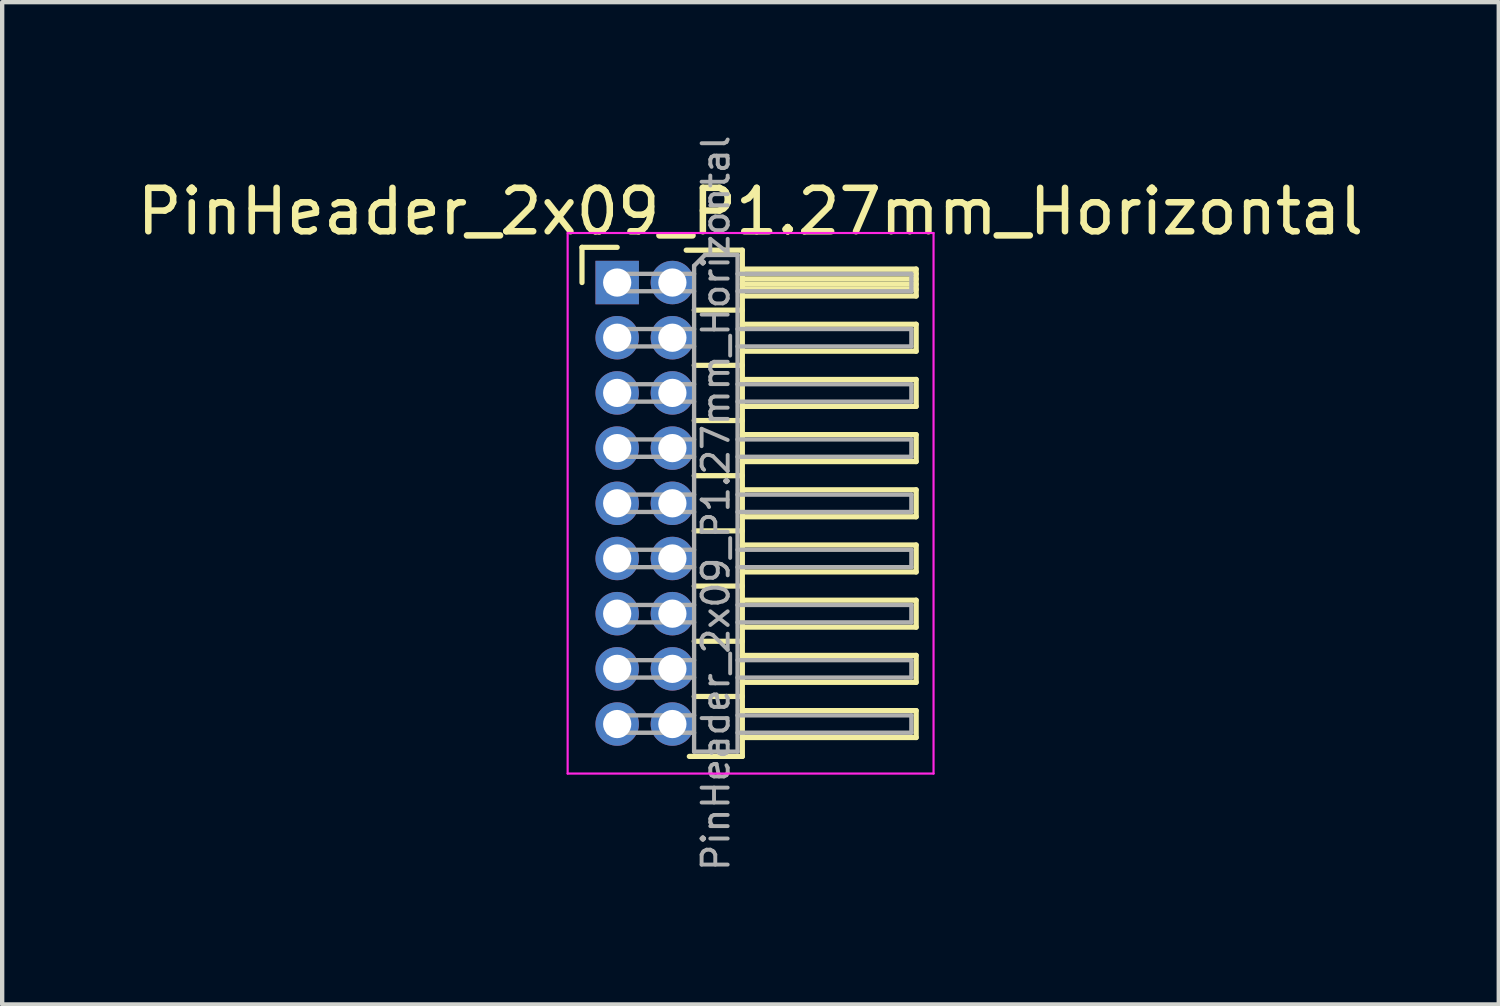
<source format=kicad_pcb>
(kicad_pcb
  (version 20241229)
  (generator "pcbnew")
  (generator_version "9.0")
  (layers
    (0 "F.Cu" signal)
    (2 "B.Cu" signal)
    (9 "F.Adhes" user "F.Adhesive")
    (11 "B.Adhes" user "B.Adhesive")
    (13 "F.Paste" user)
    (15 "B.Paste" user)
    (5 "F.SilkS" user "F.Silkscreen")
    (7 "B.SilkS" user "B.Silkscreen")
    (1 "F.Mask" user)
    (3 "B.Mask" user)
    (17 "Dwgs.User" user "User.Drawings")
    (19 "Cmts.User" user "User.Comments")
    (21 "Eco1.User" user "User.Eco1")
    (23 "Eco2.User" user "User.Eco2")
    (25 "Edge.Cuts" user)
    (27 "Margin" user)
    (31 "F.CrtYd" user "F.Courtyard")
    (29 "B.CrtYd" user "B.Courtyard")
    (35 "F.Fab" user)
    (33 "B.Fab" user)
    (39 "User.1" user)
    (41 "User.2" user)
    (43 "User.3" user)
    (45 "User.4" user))
  (footprint "PinHeader_2x09_P1.27mm_Horizontal"
    (layer "F.Cu")
    (at 11.153 3.452)
    (property "Reference" "PinHeader_2x09_P1.27mm_Horizontal" (at 3.067 -1.635 0) (layer "F.SilkS") (effects (font (size 1 1) (thickness 0.15))))
    (attr through_hole)
    (fp_line (start -0.81 -0.81) (end 0 -0.81) (stroke (width 0.12) (type solid)) (layer "F.SilkS"))
    (fp_line (start -0.81 0) (end -0.81 -0.81) (stroke (width 0.12) (type solid)) (layer "F.SilkS"))
    (fp_line (start 1.588 -0.745) (end 2.88 -0.745) (stroke (width 0.12) (type solid)) (layer "F.SilkS"))
    (fp_line (start 1.773 0.635) (end 2.88 0.635) (stroke (width 0.12) (type solid)) (layer "F.SilkS"))
    (fp_line (start 1.773 1.905) (end 2.88 1.905) (stroke (width 0.12) (type solid)) (layer "F.SilkS"))
    (fp_line (start 1.773 3.175) (end 2.88 3.175) (stroke (width 0.12) (type solid)) (layer "F.SilkS"))
    (fp_line (start 1.773 4.445) (end 2.88 4.445) (stroke (width 0.12) (type solid)) (layer "F.SilkS"))
    (fp_line (start 1.773 5.715) (end 2.88 5.715) (stroke (width 0.12) (type solid)) (layer "F.SilkS"))
    (fp_line (start 1.773 6.985) (end 2.88 6.985) (stroke (width 0.12) (type solid)) (layer "F.SilkS"))
    (fp_line (start 1.773 8.255) (end 2.88 8.255) (stroke (width 0.12) (type solid)) (layer "F.SilkS"))
    (fp_line (start 1.773 9.525) (end 2.88 9.525) (stroke (width 0.12) (type solid)) (layer "F.SilkS"))
    (fp_line (start 2.88 -0.745) (end 2.88 10.905) (stroke (width 0.12) (type solid)) (layer "F.SilkS"))
    (fp_line (start 2.88 -0.31) (end 6.88 -0.31) (stroke (width 0.12) (type solid)) (layer "F.SilkS"))
    (fp_line (start 2.88 -0.2) (end 6.88 -0.2) (stroke (width 0.12) (type solid)) (layer "F.SilkS"))
    (fp_line (start 2.88 -0.08) (end 6.88 -0.08) (stroke (width 0.12) (type solid)) (layer "F.SilkS"))
    (fp_line (start 2.88 0.04) (end 6.88 0.04) (stroke (width 0.12) (type solid)) (layer "F.SilkS"))
    (fp_line (start 2.88 0.16) (end 6.88 0.16) (stroke (width 0.12) (type solid)) (layer "F.SilkS"))
    (fp_line (start 2.88 0.96) (end 6.88 0.96) (stroke (width 0.12) (type solid)) (layer "F.SilkS"))
    (fp_line (start 2.88 2.23) (end 6.88 2.23) (stroke (width 0.12) (type solid)) (layer "F.SilkS"))
    (fp_line (start 2.88 3.5) (end 6.88 3.5) (stroke (width 0.12) (type solid)) (layer "F.SilkS"))
    (fp_line (start 2.88 4.77) (end 6.88 4.77) (stroke (width 0.12) (type solid)) (layer "F.SilkS"))
    (fp_line (start 2.88 6.04) (end 6.88 6.04) (stroke (width 0.12) (type solid)) (layer "F.SilkS"))
    (fp_line (start 2.88 7.31) (end 6.88 7.31) (stroke (width 0.12) (type solid)) (layer "F.SilkS"))
    (fp_line (start 2.88 8.58) (end 6.88 8.58) (stroke (width 0.12) (type solid)) (layer "F.SilkS"))
    (fp_line (start 2.88 9.85) (end 6.88 9.85) (stroke (width 0.12) (type solid)) (layer "F.SilkS"))
    (fp_line (start 2.88 10.905) (end 1.66 10.905) (stroke (width 0.12) (type solid)) (layer "F.SilkS"))
    (fp_line (start 6.88 -0.31) (end 6.88 0.31) (stroke (width 0.12) (type solid)) (layer "F.SilkS"))
    (fp_line (start 6.88 0.31) (end 2.88 0.31) (stroke (width 0.12) (type solid)) (layer "F.SilkS"))
    (fp_line (start 6.88 0.96) (end 6.88 1.58) (stroke (width 0.12) (type solid)) (layer "F.SilkS"))
    (fp_line (start 6.88 1.58) (end 2.88 1.58) (stroke (width 0.12) (type solid)) (layer "F.SilkS"))
    (fp_line (start 6.88 2.23) (end 6.88 2.85) (stroke (width 0.12) (type solid)) (layer "F.SilkS"))
    (fp_line (start 6.88 2.85) (end 2.88 2.85) (stroke (width 0.12) (type solid)) (layer "F.SilkS"))
    (fp_line (start 6.88 3.5) (end 6.88 4.12) (stroke (width 0.12) (type solid)) (layer "F.SilkS"))
    (fp_line (start 6.88 4.12) (end 2.88 4.12) (stroke (width 0.12) (type solid)) (layer "F.SilkS"))
    (fp_line (start 6.88 4.77) (end 6.88 5.39) (stroke (width 0.12) (type solid)) (layer "F.SilkS"))
    (fp_line (start 6.88 5.39) (end 2.88 5.39) (stroke (width 0.12) (type solid)) (layer "F.SilkS"))
    (fp_line (start 6.88 6.04) (end 6.88 6.66) (stroke (width 0.12) (type solid)) (layer "F.SilkS"))
    (fp_line (start 6.88 6.66) (end 2.88 6.66) (stroke (width 0.12) (type solid)) (layer "F.SilkS"))
    (fp_line (start 6.88 7.31) (end 6.88 7.93) (stroke (width 0.12) (type solid)) (layer "F.SilkS"))
    (fp_line (start 6.88 7.93) (end 2.88 7.93) (stroke (width 0.12) (type solid)) (layer "F.SilkS"))
    (fp_line (start 6.88 8.58) (end 6.88 9.2) (stroke (width 0.12) (type solid)) (layer "F.SilkS"))
    (fp_line (start 6.88 9.2) (end 2.88 9.2) (stroke (width 0.12) (type solid)) (layer "F.SilkS"))
    (fp_line (start 6.88 9.85) (end 6.88 10.47) (stroke (width 0.12) (type solid)) (layer "F.SilkS"))
    (fp_line (start 6.88 10.47) (end 2.88 10.47) (stroke (width 0.12) (type solid)) (layer "F.SilkS"))
    (fp_line (start -1.14 -1.14) (end -1.14 11.3) (stroke (width 0.05) (type solid)) (layer "F.CrtYd"))
    (fp_line (start -1.14 11.3) (end 7.28 11.3) (stroke (width 0.05) (type solid)) (layer "F.CrtYd"))
    (fp_line (start 7.28 -1.14) (end -1.14 -1.14) (stroke (width 0.05) (type solid)) (layer "F.CrtYd"))
    (fp_line (start 7.28 11.3) (end 7.28 -1.14) (stroke (width 0.05) (type solid)) (layer "F.CrtYd"))
    (fp_line (start -0.2 -0.2) (end -0.2 0.2) (stroke (width 0.1) (type solid)) (layer "F.Fab"))
    (fp_line (start -0.2 -0.2) (end 1.77 -0.2) (stroke (width 0.1) (type solid)) (layer "F.Fab"))
    (fp_line (start -0.2 0.2) (end 1.77 0.2) (stroke (width 0.1) (type solid)) (layer "F.Fab"))
    (fp_line (start -0.2 1.07) (end -0.2 1.47) (stroke (width 0.1) (type solid)) (layer "F.Fab"))
    (fp_line (start -0.2 1.07) (end 1.77 1.07) (stroke (width 0.1) (type solid)) (layer "F.Fab"))
    (fp_line (start -0.2 1.47) (end 1.77 1.47) (stroke (width 0.1) (type solid)) (layer "F.Fab"))
    (fp_line (start -0.2 2.34) (end -0.2 2.74) (stroke (width 0.1) (type solid)) (layer "F.Fab"))
    (fp_line (start -0.2 2.34) (end 1.77 2.34) (stroke (width 0.1) (type solid)) (layer "F.Fab"))
    (fp_line (start -0.2 2.74) (end 1.77 2.74) (stroke (width 0.1) (type solid)) (layer "F.Fab"))
    (fp_line (start -0.2 3.61) (end -0.2 4.01) (stroke (width 0.1) (type solid)) (layer "F.Fab"))
    (fp_line (start -0.2 3.61) (end 1.77 3.61) (stroke (width 0.1) (type solid)) (layer "F.Fab"))
    (fp_line (start -0.2 4.01) (end 1.77 4.01) (stroke (width 0.1) (type solid)) (layer "F.Fab"))
    (fp_line (start -0.2 4.88) (end -0.2 5.28) (stroke (width 0.1) (type solid)) (layer "F.Fab"))
    (fp_line (start -0.2 4.88) (end 1.77 4.88) (stroke (width 0.1) (type solid)) (layer "F.Fab"))
    (fp_line (start -0.2 5.28) (end 1.77 5.28) (stroke (width 0.1) (type solid)) (layer "F.Fab"))
    (fp_line (start -0.2 6.15) (end -0.2 6.55) (stroke (width 0.1) (type solid)) (layer "F.Fab"))
    (fp_line (start -0.2 6.15) (end 1.77 6.15) (stroke (width 0.1) (type solid)) (layer "F.Fab"))
    (fp_line (start -0.2 6.55) (end 1.77 6.55) (stroke (width 0.1) (type solid)) (layer "F.Fab"))
    (fp_line (start -0.2 7.42) (end -0.2 7.82) (stroke (width 0.1) (type solid)) (layer "F.Fab"))
    (fp_line (start -0.2 7.42) (end 1.77 7.42) (stroke (width 0.1) (type solid)) (layer "F.Fab"))
    (fp_line (start -0.2 7.82) (end 1.77 7.82) (stroke (width 0.1) (type solid)) (layer "F.Fab"))
    (fp_line (start -0.2 8.69) (end -0.2 9.09) (stroke (width 0.1) (type solid)) (layer "F.Fab"))
    (fp_line (start -0.2 8.69) (end 1.77 8.69) (stroke (width 0.1) (type solid)) (layer "F.Fab"))
    (fp_line (start -0.2 9.09) (end 1.77 9.09) (stroke (width 0.1) (type solid)) (layer "F.Fab"))
    (fp_line (start -0.2 9.96) (end -0.2 10.36) (stroke (width 0.1) (type solid)) (layer "F.Fab"))
    (fp_line (start -0.2 9.96) (end 1.77 9.96) (stroke (width 0.1) (type solid)) (layer "F.Fab"))
    (fp_line (start -0.2 10.36) (end 1.77 10.36) (stroke (width 0.1) (type solid)) (layer "F.Fab"))
    (fp_line (start 1.77 -0.385) (end 2.02 -0.635) (stroke (width 0.1) (type solid)) (layer "F.Fab"))
    (fp_line (start 1.77 10.795) (end 1.77 -0.385) (stroke (width 0.1) (type solid)) (layer "F.Fab"))
    (fp_line (start 2.02 -0.635) (end 2.77 -0.635) (stroke (width 0.1) (type solid)) (layer "F.Fab"))
    (fp_line (start 2.77 -0.635) (end 2.77 10.795) (stroke (width 0.1) (type solid)) (layer "F.Fab"))
    (fp_line (start 2.77 -0.2) (end 6.77 -0.2) (stroke (width 0.1) (type solid)) (layer "F.Fab"))
    (fp_line (start 2.77 0.2) (end 6.77 0.2) (stroke (width 0.1) (type solid)) (layer "F.Fab"))
    (fp_line (start 2.77 1.07) (end 6.77 1.07) (stroke (width 0.1) (type solid)) (layer "F.Fab"))
    (fp_line (start 2.77 1.47) (end 6.77 1.47) (stroke (width 0.1) (type solid)) (layer "F.Fab"))
    (fp_line (start 2.77 2.34) (end 6.77 2.34) (stroke (width 0.1) (type solid)) (layer "F.Fab"))
    (fp_line (start 2.77 2.74) (end 6.77 2.74) (stroke (width 0.1) (type solid)) (layer "F.Fab"))
    (fp_line (start 2.77 3.61) (end 6.77 3.61) (stroke (width 0.1) (type solid)) (layer "F.Fab"))
    (fp_line (start 2.77 4.01) (end 6.77 4.01) (stroke (width 0.1) (type solid)) (layer "F.Fab"))
    (fp_line (start 2.77 4.88) (end 6.77 4.88) (stroke (width 0.1) (type solid)) (layer "F.Fab"))
    (fp_line (start 2.77 5.28) (end 6.77 5.28) (stroke (width 0.1) (type solid)) (layer "F.Fab"))
    (fp_line (start 2.77 6.15) (end 6.77 6.15) (stroke (width 0.1) (type solid)) (layer "F.Fab"))
    (fp_line (start 2.77 6.55) (end 6.77 6.55) (stroke (width 0.1) (type solid)) (layer "F.Fab"))
    (fp_line (start 2.77 7.42) (end 6.77 7.42) (stroke (width 0.1) (type solid)) (layer "F.Fab"))
    (fp_line (start 2.77 7.82) (end 6.77 7.82) (stroke (width 0.1) (type solid)) (layer "F.Fab"))
    (fp_line (start 2.77 8.69) (end 6.77 8.69) (stroke (width 0.1) (type solid)) (layer "F.Fab"))
    (fp_line (start 2.77 9.09) (end 6.77 9.09) (stroke (width 0.1) (type solid)) (layer "F.Fab"))
    (fp_line (start 2.77 9.96) (end 6.77 9.96) (stroke (width 0.1) (type solid)) (layer "F.Fab"))
    (fp_line (start 2.77 10.36) (end 6.77 10.36) (stroke (width 0.1) (type solid)) (layer "F.Fab"))
    (fp_line (start 2.77 10.795) (end 1.77 10.795) (stroke (width 0.1) (type solid)) (layer "F.Fab"))
    (fp_line (start 6.77 -0.2) (end 6.77 0.2) (stroke (width 0.1) (type solid)) (layer "F.Fab"))
    (fp_line (start 6.77 1.07) (end 6.77 1.47) (stroke (width 0.1) (type solid)) (layer "F.Fab"))
    (fp_line (start 6.77 2.34) (end 6.77 2.74) (stroke (width 0.1) (type solid)) (layer "F.Fab"))
    (fp_line (start 6.77 3.61) (end 6.77 4.01) (stroke (width 0.1) (type solid)) (layer "F.Fab"))
    (fp_line (start 6.77 4.88) (end 6.77 5.28) (stroke (width 0.1) (type solid)) (layer "F.Fab"))
    (fp_line (start 6.77 6.15) (end 6.77 6.55) (stroke (width 0.1) (type solid)) (layer "F.Fab"))
    (fp_line (start 6.77 7.42) (end 6.77 7.82) (stroke (width 0.1) (type solid)) (layer "F.Fab"))
    (fp_line (start 6.77 8.69) (end 6.77 9.09) (stroke (width 0.1) (type solid)) (layer "F.Fab"))
    (fp_line (start 6.77 9.96) (end 6.77 10.36) (stroke (width 0.1) (type solid)) (layer "F.Fab"))
    (fp_text user "${REFERENCE}" (at 2.27 5.08 90) (layer "F.Fab") (effects (font (size 0.6 0.6) (thickness 0.09))))
    (pad "1" thru_hole rect (at 0 0) (size 1 1) (drill 0.65) (layers "*.Cu" "*.Mask"))
    (pad "2" thru_hole circle (at 1.27 0) (size 1 1) (drill 0.65) (layers "*.Cu" "*.Mask"))
    (pad "3" thru_hole circle (at 0 1.27) (size 1 1) (drill 0.65) (layers "*.Cu" "*.Mask"))
    (pad "4" thru_hole circle (at 1.27 1.27) (size 1 1) (drill 0.65) (layers "*.Cu" "*.Mask"))
    (pad "5" thru_hole circle (at 0 2.54) (size 1 1) (drill 0.65) (layers "*.Cu" "*.Mask"))
    (pad "6" thru_hole circle (at 1.27 2.54) (size 1 1) (drill 0.65) (layers "*.Cu" "*.Mask"))
    (pad "7" thru_hole circle (at 0 3.81) (size 1 1) (drill 0.65) (layers "*.Cu" "*.Mask"))
    (pad "8" thru_hole circle (at 1.27 3.81) (size 1 1) (drill 0.65) (layers "*.Cu" "*.Mask"))
    (pad "9" thru_hole circle (at 0 5.08) (size 1 1) (drill 0.65) (layers "*.Cu" "*.Mask"))
    (pad "10" thru_hole circle (at 1.27 5.08) (size 1 1) (drill 0.65) (layers "*.Cu" "*.Mask"))
    (pad "11" thru_hole circle (at 0 6.35) (size 1 1) (drill 0.65) (layers "*.Cu" "*.Mask"))
    (pad "12" thru_hole circle (at 1.27 6.35) (size 1 1) (drill 0.65) (layers "*.Cu" "*.Mask"))
    (pad "13" thru_hole circle (at 0 7.62) (size 1 1) (drill 0.65) (layers "*.Cu" "*.Mask"))
    (pad "14" thru_hole circle (at 1.27 7.62) (size 1 1) (drill 0.65) (layers "*.Cu" "*.Mask"))
    (pad "15" thru_hole circle (at 0 8.89) (size 1 1) (drill 0.65) (layers "*.Cu" "*.Mask"))
    (pad "16" thru_hole circle (at 1.27 8.89) (size 1 1) (drill 0.65) (layers "*.Cu" "*.Mask"))
    (pad "17" thru_hole circle (at 0 10.16) (size 1 1) (drill 0.65) (layers "*.Cu" "*.Mask"))
    (pad "18" thru_hole circle (at 1.27 10.16) (size 1 1) (drill 0.65) (layers "*.Cu" "*.Mask")))
  (gr_rect
    (start -3 -3)
    (end 31.44 20.064)
    (stroke (width 0.1) (type default))
    (fill no)
    (layer "Edge.Cuts")))
</source>
